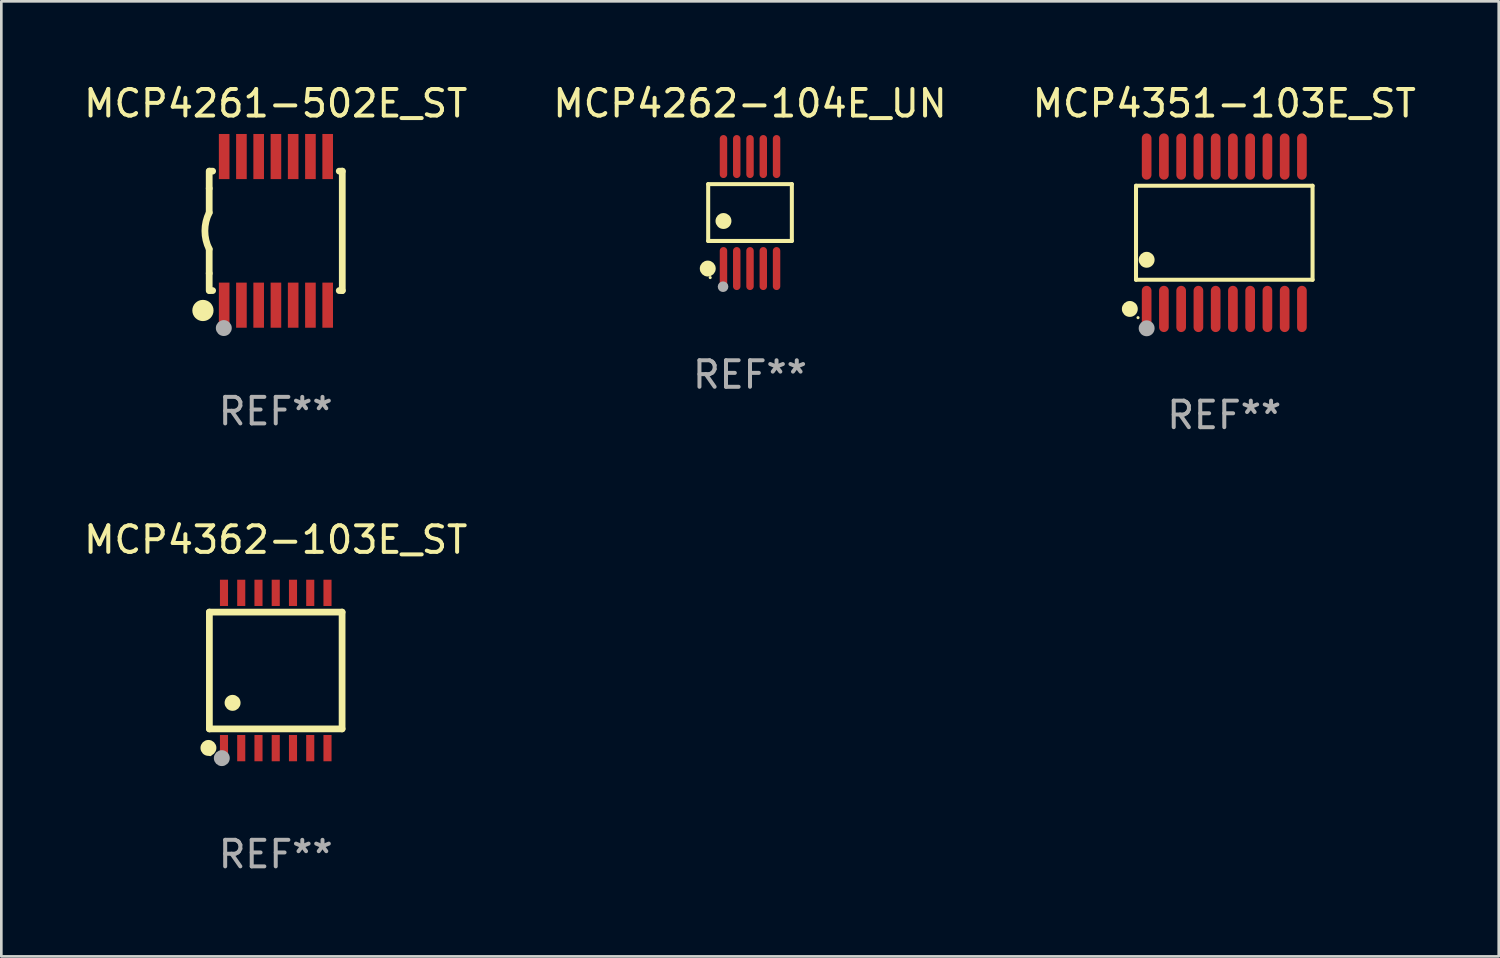
<source format=kicad_pcb>
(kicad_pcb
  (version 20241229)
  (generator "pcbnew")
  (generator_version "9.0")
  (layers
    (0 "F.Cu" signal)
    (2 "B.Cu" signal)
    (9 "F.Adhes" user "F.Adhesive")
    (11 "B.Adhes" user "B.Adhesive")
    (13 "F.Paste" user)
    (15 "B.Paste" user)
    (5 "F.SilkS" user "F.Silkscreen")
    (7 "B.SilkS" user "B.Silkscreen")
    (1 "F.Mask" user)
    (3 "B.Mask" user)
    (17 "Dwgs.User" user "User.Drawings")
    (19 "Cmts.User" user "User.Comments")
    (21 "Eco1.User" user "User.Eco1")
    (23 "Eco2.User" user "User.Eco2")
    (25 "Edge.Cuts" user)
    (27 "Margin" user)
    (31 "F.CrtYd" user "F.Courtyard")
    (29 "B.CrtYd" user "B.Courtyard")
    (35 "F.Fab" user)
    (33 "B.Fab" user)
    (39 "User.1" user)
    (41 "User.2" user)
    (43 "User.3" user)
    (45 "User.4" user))
  (footprint "MCP4262-104E_UN"
    (layer "F.Cu")
    (at 25.208 4.958)
    (property "Reference" "MCP4262-104E_UN" (at 0 -4.11 0) (layer "F.SilkS") (effects (font (size 1 1) (thickness 0.15))))
    (attr through_hole)
    (fp_line (start -1.576 -1.071) (end 1.576 -1.071) (stroke (width 0.152) (type solid)) (layer "F.SilkS"))
    (fp_line (start -1.576 1.071) (end -1.576 -1.071) (stroke (width 0.152) (type solid)) (layer "F.SilkS"))
    (fp_line (start 1.576 -1.071) (end 1.576 1.071) (stroke (width 0.152) (type solid)) (layer "F.SilkS"))
    (fp_line (start 1.576 1.071) (end -1.576 1.071) (stroke (width 0.152) (type solid)) (layer "F.SilkS"))
    (fp_circle (center -1.592 2.11) (end -1.442 2.11) (stroke (width 0.3) (type solid)) (fill no) (layer "F.SilkS"))
    (fp_circle (center -1.5 2.45) (end -1.47 2.45) (stroke (width 0.06) (type solid)) (fill no) (layer "F.SilkS"))
    (fp_circle (center -1 0.319) (end -0.85 0.319) (stroke (width 0.3) (type solid)) (fill no) (layer "F.SilkS"))
    (fp_circle (center -1.016 2.794) (end -0.916 2.794) (stroke (width 0.2) (type solid)) (fill no) (layer "F.Fab"))
    (fp_text user "REF**" (at 0 6.11 0) (layer "F.Fab") (effects (font (size 1 1) (thickness 0.15))))
    (pad "1" smd oval (at -1 2.11) (size 0.28 1.62) (layers "F.Cu" "F.Mask" "F.Paste"))
    (pad "2" smd oval (at -0.5 2.11) (size 0.28 1.62) (layers "F.Cu" "F.Mask" "F.Paste"))
    (pad "3" smd oval (at 0 2.11) (size 0.28 1.62) (layers "F.Cu" "F.Mask" "F.Paste"))
    (pad "4" smd oval (at 0.5 2.11) (size 0.28 1.62) (layers "F.Cu" "F.Mask" "F.Paste"))
    (pad "5" smd oval (at 1 2.11) (size 0.28 1.62) (layers "F.Cu" "F.Mask" "F.Paste"))
    (pad "6" smd oval (at 1 -2.11) (size 0.28 1.62) (layers "F.Cu" "F.Mask" "F.Paste"))
    (pad "7" smd oval (at 0.5 -2.11) (size 0.28 1.62) (layers "F.Cu" "F.Mask" "F.Paste"))
    (pad "8" smd oval (at 0 -2.11) (size 0.28 1.62) (layers "F.Cu" "F.Mask" "F.Paste"))
    (pad "9" smd oval (at -0.5 -2.11) (size 0.28 1.62) (layers "F.Cu" "F.Mask" "F.Paste"))
    (pad "10" smd oval (at -1 -2.11) (size 0.28 1.62) (layers "F.Cu" "F.Mask" "F.Paste")))
  (footprint "MCP4362-103E_ST"
    (layer "F.Cu")
    (at 7.339 22.212)
    (property "Reference" "MCP4362-103E_ST" (at 0 -4.925 0) (layer "F.SilkS") (effects (font (size 1 1) (thickness 0.15))))
    (attr through_hole)
    (fp_line (start -2.5 2.2) (end -2.5 -2.2) (stroke (width 0.254) (type solid)) (layer "F.SilkS"))
    (fp_line (start -2.5 2.2) (end 2.5 2.2) (stroke (width 0.254) (type solid)) (layer "F.SilkS"))
    (fp_line (start 2.5 -2.2) (end -2.5 -2.2) (stroke (width 0.254) (type solid)) (layer "F.SilkS"))
    (fp_line (start 2.5 -2.2) (end 2.5 2.2) (stroke (width 0.254) (type solid)) (layer "F.SilkS"))
    (fp_circle (center -2.536 2.917) (end -2.386 2.917) (stroke (width 0.3) (type solid)) (fill no) (layer "F.SilkS"))
    (fp_circle (center -2.47 3.17) (end -2.44 3.17) (stroke (width 0.06) (type solid)) (fill no) (layer "F.SilkS"))
    (fp_circle (center -1.626 1.219) (end -1.475 1.219) (stroke (width 0.3) (type solid)) (fill no) (layer "F.SilkS"))
    (fp_circle (center -2.032 3.302) (end -1.882 3.302) (stroke (width 0.3) (type solid)) (fill no) (layer "F.Fab"))
    (fp_text user "REF**" (at 0 6.925 0) (layer "F.Fab") (effects (font (size 1 1) (thickness 0.15))))
    (pad "1" smd rect (at -1.95 2.925) (size 0.305 0.991) (layers "F.Cu" "F.Mask" "F.Paste"))
    (pad "2" smd rect (at -1.3 2.925) (size 0.305 0.991) (layers "F.Cu" "F.Mask" "F.Paste"))
    (pad "3" smd rect (at -0.65 2.925) (size 0.305 0.991) (layers "F.Cu" "F.Mask" "F.Paste"))
    (pad "4" smd rect (at 0 2.925) (size 0.305 0.991) (layers "F.Cu" "F.Mask" "F.Paste"))
    (pad "5" smd rect (at 0.65 2.925) (size 0.305 0.991) (layers "F.Cu" "F.Mask" "F.Paste"))
    (pad "6" smd rect (at 1.3 2.925) (size 0.305 0.991) (layers "F.Cu" "F.Mask" "F.Paste"))
    (pad "7" smd rect (at 1.95 2.925) (size 0.305 0.991) (layers "F.Cu" "F.Mask" "F.Paste"))
    (pad "8" smd rect (at 1.95 -2.925) (size 0.305 0.991) (layers "F.Cu" "F.Mask" "F.Paste"))
    (pad "9" smd rect (at 1.3 -2.925) (size 0.305 0.991) (layers "F.Cu" "F.Mask" "F.Paste"))
    (pad "10" smd rect (at 0.65 -2.925) (size 0.305 0.991) (layers "F.Cu" "F.Mask" "F.Paste"))
    (pad "11" smd rect (at 0 -2.925) (size 0.305 0.991) (layers "F.Cu" "F.Mask" "F.Paste"))
    (pad "12" smd rect (at -0.65 -2.925) (size 0.305 0.991) (layers "F.Cu" "F.Mask" "F.Paste"))
    (pad "13" smd rect (at -1.3 -2.925) (size 0.305 0.991) (layers "F.Cu" "F.Mask" "F.Paste"))
    (pad "14" smd rect (at -1.95 -2.925) (size 0.305 0.991) (layers "F.Cu" "F.Mask" "F.Paste")))
  (footprint "MCP4351-103E_ST"
    (layer "F.Cu")
    (at 43.077 5.719)
    (property "Reference" "MCP4351-103E_ST" (at 0 -4.871 0) (layer "F.SilkS") (effects (font (size 1 1) (thickness 0.15))))
    (attr through_hole)
    (fp_line (start -3.326 -1.771) (end 3.326 -1.771) (stroke (width 0.152) (type solid)) (layer "F.SilkS"))
    (fp_line (start -3.326 1.771) (end -3.326 -1.771) (stroke (width 0.152) (type solid)) (layer "F.SilkS"))
    (fp_line (start 3.326 -1.771) (end 3.326 1.771) (stroke (width 0.152) (type solid)) (layer "F.SilkS"))
    (fp_line (start 3.326 1.771) (end -3.326 1.771) (stroke (width 0.152) (type solid)) (layer "F.SilkS"))
    (fp_circle (center -3.559 2.871) (end -3.409 2.871) (stroke (width 0.3) (type solid)) (fill no) (layer "F.SilkS"))
    (fp_circle (center -3.25 3.2) (end -3.22 3.2) (stroke (width 0.06) (type solid)) (fill no) (layer "F.SilkS"))
    (fp_circle (center -2.925 1.019) (end -2.775 1.019) (stroke (width 0.3) (type solid)) (fill no) (layer "F.SilkS"))
    (fp_circle (center -2.925 3.6) (end -2.775 3.6) (stroke (width 0.3) (type solid)) (fill no) (layer "F.Fab"))
    (fp_text user "REF**" (at 0 6.871 0) (layer "F.Fab") (effects (font (size 1 1) (thickness 0.15))))
    (pad "1" smd oval (at -2.925 2.871) (size 0.364 1.742) (layers "F.Cu" "F.Mask" "F.Paste"))
    (pad "2" smd oval (at -2.275 2.871) (size 0.364 1.742) (layers "F.Cu" "F.Mask" "F.Paste"))
    (pad "3" smd oval (at -1.625 2.871) (size 0.364 1.742) (layers "F.Cu" "F.Mask" "F.Paste"))
    (pad "4" smd oval (at -0.975 2.871) (size 0.364 1.742) (layers "F.Cu" "F.Mask" "F.Paste"))
    (pad "5" smd oval (at -0.325 2.871) (size 0.364 1.742) (layers "F.Cu" "F.Mask" "F.Paste"))
    (pad "6" smd oval (at 0.325 2.871) (size 0.364 1.742) (layers "F.Cu" "F.Mask" "F.Paste"))
    (pad "7" smd oval (at 0.975 2.871) (size 0.364 1.742) (layers "F.Cu" "F.Mask" "F.Paste"))
    (pad "8" smd oval (at 1.625 2.871) (size 0.364 1.742) (layers "F.Cu" "F.Mask" "F.Paste"))
    (pad "9" smd oval (at 2.275 2.871) (size 0.364 1.742) (layers "F.Cu" "F.Mask" "F.Paste"))
    (pad "10" smd oval (at 2.925 2.871) (size 0.364 1.742) (layers "F.Cu" "F.Mask" "F.Paste"))
    (pad "11" smd oval (at 2.925 -2.871) (size 0.364 1.742) (layers "F.Cu" "F.Mask" "F.Paste"))
    (pad "12" smd oval (at 2.275 -2.871) (size 0.364 1.742) (layers "F.Cu" "F.Mask" "F.Paste"))
    (pad "13" smd oval (at 1.625 -2.871) (size 0.364 1.742) (layers "F.Cu" "F.Mask" "F.Paste"))
    (pad "14" smd oval (at 0.975 -2.871) (size 0.364 1.742) (layers "F.Cu" "F.Mask" "F.Paste"))
    (pad "15" smd oval (at 0.325 -2.871) (size 0.364 1.742) (layers "F.Cu" "F.Mask" "F.Paste"))
    (pad "16" smd oval (at -0.325 -2.871) (size 0.364 1.742) (layers "F.Cu" "F.Mask" "F.Paste"))
    (pad "17" smd oval (at -0.975 -2.871) (size 0.364 1.742) (layers "F.Cu" "F.Mask" "F.Paste"))
    (pad "18" smd oval (at -1.625 -2.871) (size 0.364 1.742) (layers "F.Cu" "F.Mask" "F.Paste"))
    (pad "19" smd oval (at -2.275 -2.871) (size 0.364 1.742) (layers "F.Cu" "F.Mask" "F.Paste"))
    (pad "20" smd oval (at -2.925 -2.871) (size 0.364 1.742) (layers "F.Cu" "F.Mask" "F.Paste")))
  (footprint "MCP4261-502E_ST"
    (layer "F.Cu")
    (at 7.339 5.648)
    (property "Reference" "MCP4261-502E_ST" (at 0 -4.8 0) (layer "F.SilkS") (effects (font (size 1 1) (thickness 0.15))))
    (attr through_hole)
    (fp_line (start -2.507 -1.6) (end -2.507 -2.25) (stroke (width 0.254) (type solid)) (layer "F.SilkS"))
    (fp_line (start -2.507 -0.686) (end -2.507 -1.6) (stroke (width 0.254) (type solid)) (layer "F.SilkS"))
    (fp_line (start -2.507 1.6) (end -2.507 0.686) (stroke (width 0.254) (type solid)) (layer "F.SilkS"))
    (fp_line (start -2.507 1.6) (end -2.507 2.25) (stroke (width 0.254) (type solid)) (layer "F.SilkS"))
    (fp_line (start -2.493 -2.25) (end -2.377 -2.25) (stroke (width 0.254) (type solid)) (layer "F.SilkS"))
    (fp_line (start -2.377 2.25) (end -2.493 2.25) (stroke (width 0.254) (type solid)) (layer "F.SilkS"))
    (fp_line (start 2.392 -2.25) (end 2.507 -2.25) (stroke (width 0.254) (type solid)) (layer "F.SilkS"))
    (fp_line (start 2.507 -2.25) (end 2.507 2.25) (stroke (width 0.254) (type solid)) (layer "F.SilkS"))
    (fp_line (start 2.507 2.25) (end 2.392 2.25) (stroke (width 0.254) (type solid)) (layer "F.SilkS"))
    (fp_arc (start -2.507303 0.685802) (mid -2.669199 0) (end -2.507303 -0.685801) (stroke (width 0.254001) (type solid)) (layer "F.SilkS"))
    (fp_circle (center -2.743 3) (end -2.543 3) (stroke (width 0.4) (type solid)) (fill no) (layer "F.SilkS"))
    (fp_circle (center -2.493 3.2) (end -2.463 3.2) (stroke (width 0.06) (type solid)) (fill no) (layer "F.SilkS"))
    (fp_circle (center -1.957 3.662) (end -1.807 3.662) (stroke (width 0.3) (type solid)) (fill no) (layer "F.Fab"))
    (fp_text user "REF**" (at 0 6.8 0) (layer "F.Fab") (effects (font (size 1 1) (thickness 0.15))))
    (pad "1" smd rect (at -1.943 2.8) (size 0.4 1.7) (layers "F.Cu" "F.Mask" "F.Paste"))
    (pad "2" smd rect (at -1.293 2.8) (size 0.4 1.7) (layers "F.Cu" "F.Mask" "F.Paste"))
    (pad "3" smd rect (at -0.643 2.8) (size 0.4 1.7) (layers "F.Cu" "F.Mask" "F.Paste"))
    (pad "4" smd rect (at 0.007 2.8) (size 0.4 1.7) (layers "F.Cu" "F.Mask" "F.Paste"))
    (pad "5" smd rect (at 0.657 2.8) (size 0.4 1.7) (layers "F.Cu" "F.Mask" "F.Paste"))
    (pad "6" smd rect (at 1.307 2.8) (size 0.4 1.7) (layers "F.Cu" "F.Mask" "F.Paste"))
    (pad "7" smd rect (at 1.957 2.8) (size 0.4 1.7) (layers "F.Cu" "F.Mask" "F.Paste"))
    (pad "8" smd rect (at 1.957 -2.8) (size 0.4 1.7) (layers "F.Cu" "F.Mask" "F.Paste"))
    (pad "9" smd rect (at 1.307 -2.8) (size 0.4 1.7) (layers "F.Cu" "F.Mask" "F.Paste"))
    (pad "10" smd rect (at 0.657 -2.8) (size 0.4 1.7) (layers "F.Cu" "F.Mask" "F.Paste"))
    (pad "11" smd rect (at 0.007 -2.8) (size 0.4 1.7) (layers "F.Cu" "F.Mask" "F.Paste"))
    (pad "12" smd rect (at -0.643 -2.8) (size 0.4 1.7) (layers "F.Cu" "F.Mask" "F.Paste"))
    (pad "13" smd rect (at -1.293 -2.8) (size 0.4 1.7) (layers "F.Cu" "F.Mask" "F.Paste"))
    (pad "14" smd rect (at -1.943 -2.8) (size 0.4 1.7) (layers "F.Cu" "F.Mask" "F.Paste")))
  (gr_rect
    (start -3 -3)
    (end 53.417 32.985)
    (stroke (width 0.1) (type default))
    (fill no)
    (layer "Edge.Cuts")))
</source>
